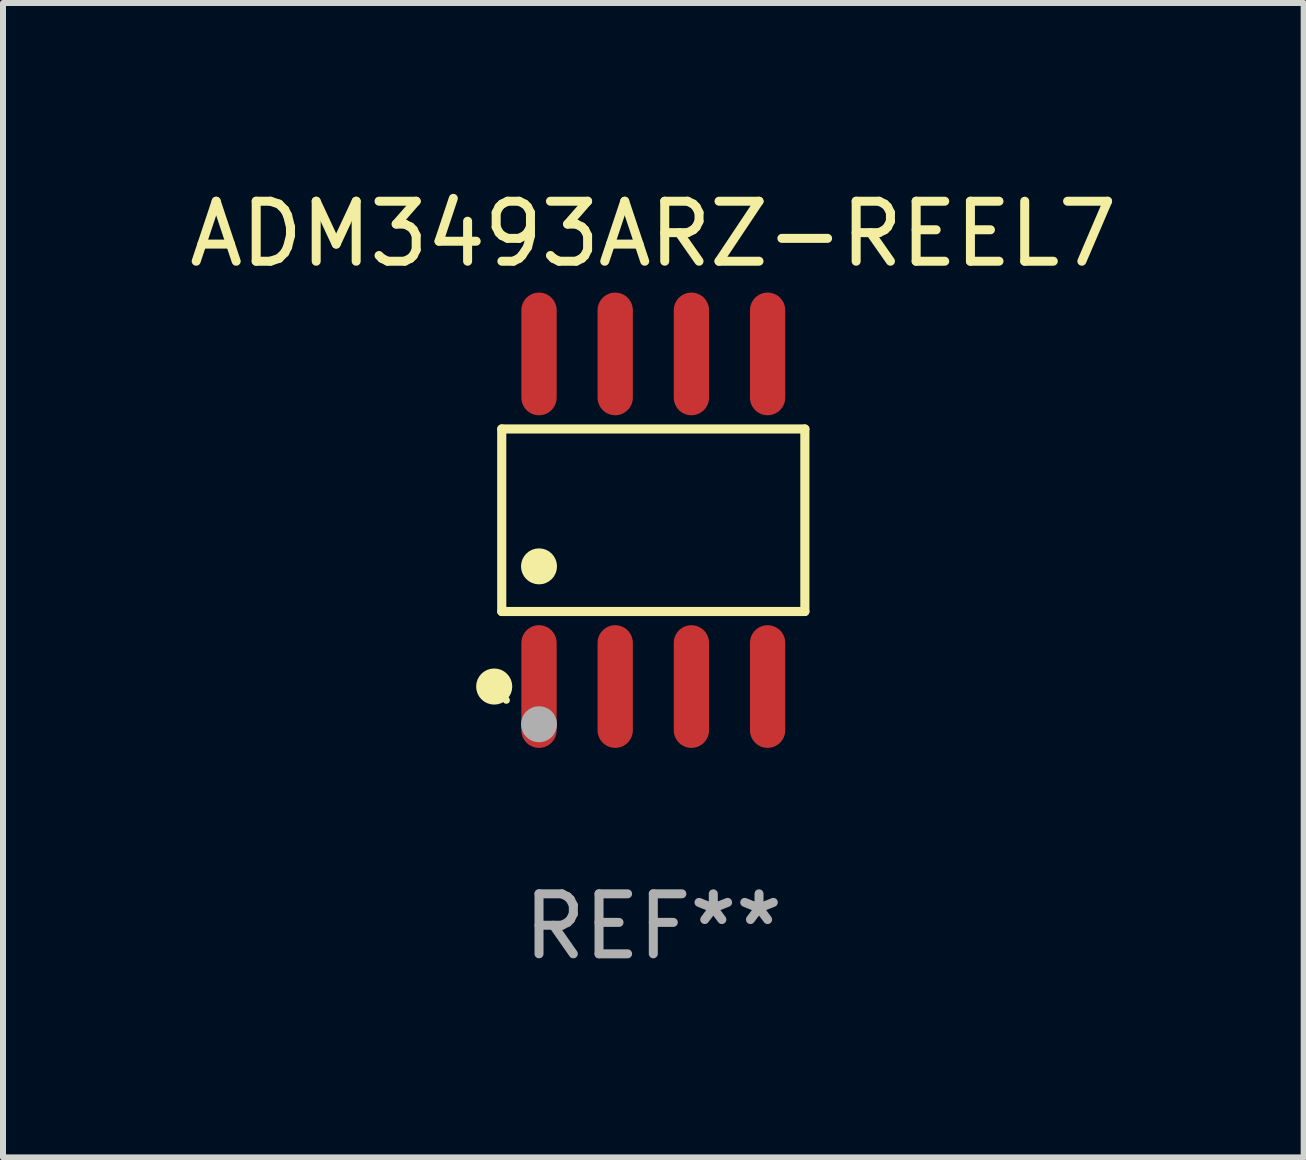
<source format=kicad_pcb>
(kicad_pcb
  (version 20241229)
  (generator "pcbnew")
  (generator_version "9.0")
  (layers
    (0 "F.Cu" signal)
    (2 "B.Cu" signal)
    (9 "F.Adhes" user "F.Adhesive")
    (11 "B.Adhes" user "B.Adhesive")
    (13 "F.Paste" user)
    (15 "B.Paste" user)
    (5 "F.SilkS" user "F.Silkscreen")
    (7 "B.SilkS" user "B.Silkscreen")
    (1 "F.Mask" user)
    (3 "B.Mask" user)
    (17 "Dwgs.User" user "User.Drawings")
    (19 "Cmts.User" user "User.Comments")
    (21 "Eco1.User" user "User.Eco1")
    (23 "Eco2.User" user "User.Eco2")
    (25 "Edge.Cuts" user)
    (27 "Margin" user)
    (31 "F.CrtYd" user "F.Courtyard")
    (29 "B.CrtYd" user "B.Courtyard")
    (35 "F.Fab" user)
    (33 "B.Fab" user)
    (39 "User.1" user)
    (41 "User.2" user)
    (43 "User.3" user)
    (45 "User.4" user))
  (footprint "ADM3493ARZ-REEL7"
    (layer "F.Cu")
    (at 7.839 5.621)
    (property "Reference" "ADM3493ARZ-REEL7" (at 0 -4.772 0) (layer "F.SilkS") (effects (font (size 1 1) (thickness 0.15))))
    (attr through_hole)
    (fp_line (start -2.526 -1.521) (end 2.526 -1.521) (stroke (width 0.152) (type solid)) (layer "F.SilkS"))
    (fp_line (start -2.526 1.521) (end -2.526 -1.521) (stroke (width 0.152) (type solid)) (layer "F.SilkS"))
    (fp_line (start 2.526 -1.521) (end 2.526 1.521) (stroke (width 0.152) (type solid)) (layer "F.SilkS"))
    (fp_line (start 2.526 1.521) (end -2.526 1.521) (stroke (width 0.152) (type solid)) (layer "F.SilkS"))
    (fp_circle (center -2.652 2.772) (end -2.501 2.772) (stroke (width 0.3) (type solid)) (fill no) (layer "F.SilkS"))
    (fp_circle (center -2.45 3) (end -2.42 3) (stroke (width 0.06) (type solid)) (fill no) (layer "F.SilkS"))
    (fp_circle (center -1.905 0.769) (end -1.755 0.769) (stroke (width 0.3) (type solid)) (fill no) (layer "F.SilkS"))
    (fp_circle (center -1.905 3.4) (end -1.755 3.4) (stroke (width 0.3) (type solid)) (fill no) (layer "F.Fab"))
    (fp_text user "REF**" (at 0 6.772 0) (layer "F.Fab") (effects (font (size 1 1) (thickness 0.15))))
    (pad "1" smd oval (at -1.905 2.772) (size 0.588 2.045) (layers "F.Cu" "F.Mask" "F.Paste"))
    (pad "2" smd oval (at -0.635 2.772) (size 0.588 2.045) (layers "F.Cu" "F.Mask" "F.Paste"))
    (pad "3" smd oval (at 0.635 2.772) (size 0.588 2.045) (layers "F.Cu" "F.Mask" "F.Paste"))
    (pad "4" smd oval (at 1.905 2.772) (size 0.588 2.045) (layers "F.Cu" "F.Mask" "F.Paste"))
    (pad "5" smd oval (at 1.905 -2.772) (size 0.588 2.045) (layers "F.Cu" "F.Mask" "F.Paste"))
    (pad "6" smd oval (at 0.635 -2.772) (size 0.588 2.045) (layers "F.Cu" "F.Mask" "F.Paste"))
    (pad "7" smd oval (at -0.635 -2.772) (size 0.588 2.045) (layers "F.Cu" "F.Mask" "F.Paste"))
    (pad "8" smd oval (at -1.905 -2.772) (size 0.588 2.045) (layers "F.Cu" "F.Mask" "F.Paste")))
  (gr_rect
    (start -3 -3)
    (end 18.679 16.241)
    (stroke (width 0.1) (type default))
    (fill no)
    (layer "Edge.Cuts")))
</source>
